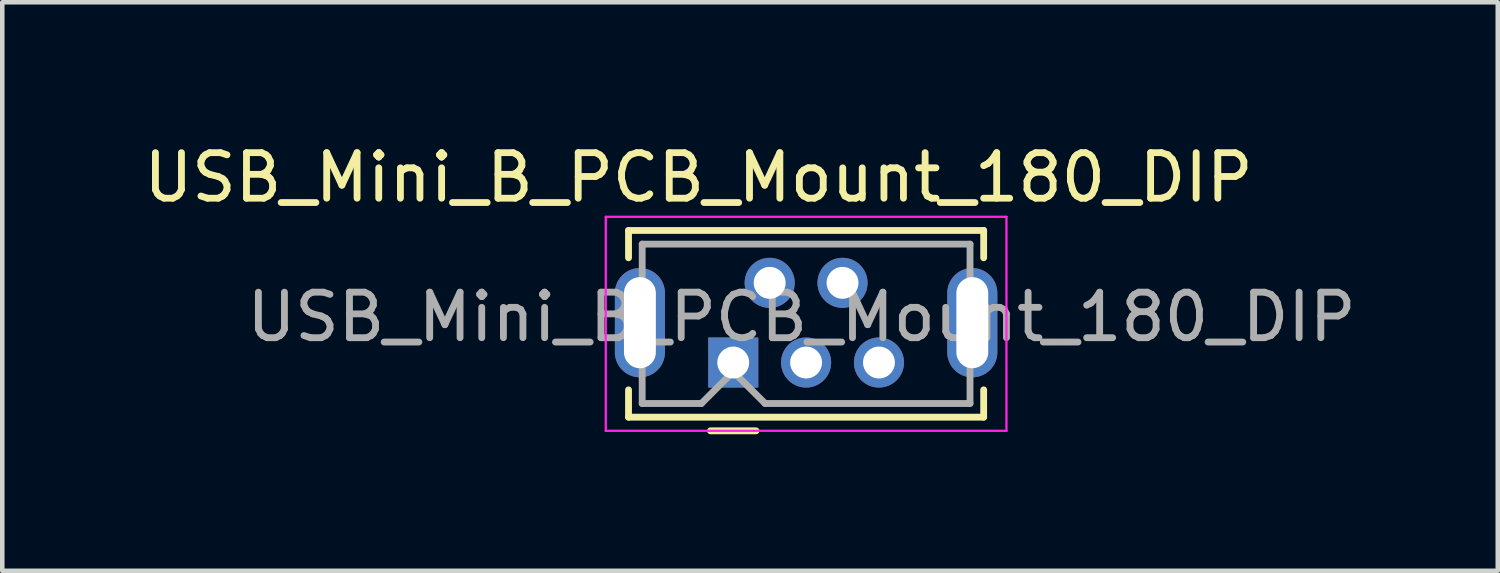
<source format=kicad_pcb>
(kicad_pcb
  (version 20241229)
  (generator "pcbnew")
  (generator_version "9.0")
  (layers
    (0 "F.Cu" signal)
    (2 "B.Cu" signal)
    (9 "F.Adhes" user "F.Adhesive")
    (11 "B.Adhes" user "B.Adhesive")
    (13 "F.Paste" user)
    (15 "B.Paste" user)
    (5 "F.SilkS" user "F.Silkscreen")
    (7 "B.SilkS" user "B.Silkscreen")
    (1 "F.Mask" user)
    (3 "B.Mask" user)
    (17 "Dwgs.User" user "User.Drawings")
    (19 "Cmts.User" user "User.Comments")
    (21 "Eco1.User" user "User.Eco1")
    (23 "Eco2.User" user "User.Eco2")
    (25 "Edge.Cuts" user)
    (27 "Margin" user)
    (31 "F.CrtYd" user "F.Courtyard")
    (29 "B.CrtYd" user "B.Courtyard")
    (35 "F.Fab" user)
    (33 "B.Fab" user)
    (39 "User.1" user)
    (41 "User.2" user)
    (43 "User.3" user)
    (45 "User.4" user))
  (footprint "USB_Mini_B_PCB_Mount_180_DIP"
    (layer "F.Cu")
    (at 13.054 4.912)
    (property "Reference" "USB_Mini_B_PCB_Mount_180_DIP" (at -0.762 -4.064 0) (layer "F.SilkS") (effects (font (size 1 1) (thickness 0.15))))
    (attr through_hole)
    (fp_line (start -2.3 -2.9) (end 5.5 -2.9) (stroke (width 0.15) (type solid)) (layer "F.SilkS"))
    (fp_line (start -2.3 -2.3) (end -2.3 -2.9) (stroke (width 0.15) (type solid)) (layer "F.SilkS"))
    (fp_line (start -2.3 0.6) (end -2.3 1.2) (stroke (width 0.15) (type solid)) (layer "F.SilkS"))
    (fp_line (start -2.3 1.2) (end 5.5 1.2) (stroke (width 0.15) (type solid)) (layer "F.SilkS"))
    (fp_line (start -0.5 1.5) (end 0.5 1.5) (stroke (width 0.15) (type solid)) (layer "F.SilkS"))
    (fp_line (start 5.5 -2.9) (end 5.5 -2.3) (stroke (width 0.15) (type solid)) (layer "F.SilkS"))
    (fp_line (start 5.5 1.2) (end 5.5 0.6) (stroke (width 0.15) (type solid)) (layer "F.SilkS"))
    (fp_line (start -2.8 -3.2) (end -2.8 1.5) (stroke (width 0.05) (type solid)) (layer "F.CrtYd"))
    (fp_line (start -2.8 1.5) (end 6 1.5) (stroke (width 0.05) (type solid)) (layer "F.CrtYd"))
    (fp_line (start 6 -3.2) (end -2.8 -3.2) (stroke (width 0.05) (type solid)) (layer "F.CrtYd"))
    (fp_line (start 6 1.5) (end 6 -3.2) (stroke (width 0.05) (type solid)) (layer "F.CrtYd"))
    (fp_line (start -2 0.9) (end -2 -2.6) (stroke (width 0.15) (type solid)) (layer "F.Fab"))
    (fp_line (start -2 0.9) (end -0.7 0.9) (stroke (width 0.15) (type solid)) (layer "F.Fab"))
    (fp_line (start -0.7 0.9) (end 0 0.2) (stroke (width 0.15) (type solid)) (layer "F.Fab"))
    (fp_line (start 0 0.2) (end 0.7 0.9) (stroke (width 0.15) (type solid)) (layer "F.Fab"))
    (fp_line (start 0.7 0.9) (end 5.2 0.9) (stroke (width 0.15) (type solid)) (layer "F.Fab"))
    (fp_line (start 5.2 -2.6) (end -2 -2.6) (stroke (width 0.15) (type solid)) (layer "F.Fab"))
    (fp_line (start 5.2 -2.6) (end 5.2 0.9) (stroke (width 0.15) (type solid)) (layer "F.Fab"))
    (fp_text user "${REFERENCE}" (at 1.5 -1 0) (layer "F.Fab") (effects (font (size 1 1) (thickness 0.15))))
    (pad "1" thru_hole rect (at 0 0) (size 1.1 1.1) (drill 0.7) (layers "*.Cu" "*.Mask"))
    (pad "2" thru_hole circle (at 0.8 -1.75) (size 1.1 1.1) (drill 0.7) (layers "*.Cu" "*.Mask"))
    (pad "3" thru_hole circle (at 1.6 0) (size 1.1 1.1) (drill 0.7) (layers "*.Cu" "*.Mask"))
    (pad "4" thru_hole circle (at 2.4 -1.75) (size 1.1 1.1) (drill 0.7) (layers "*.Cu" "*.Mask"))
    (pad "5" thru_hole circle (at 3.2 0) (size 1.1 1.1) (drill 0.7) (layers "*.Cu" "*.Mask"))
    (pad "6" thru_hole oval (at -2.05 -0.875) (size 1.1 2.4) (drill oval 0.7 2) (layers "*.Cu" "*.Mask"))
    (pad "6" thru_hole oval (at 5.25 -0.875) (size 1.1 2.4) (drill oval 0.7 2) (layers "*.Cu" "*.Mask")))
  (gr_rect
    (start -3 -3)
    (end 29.845 9.487)
    (stroke (width 0.1) (type default))
    (fill no)
    (layer "Edge.Cuts")))
</source>
